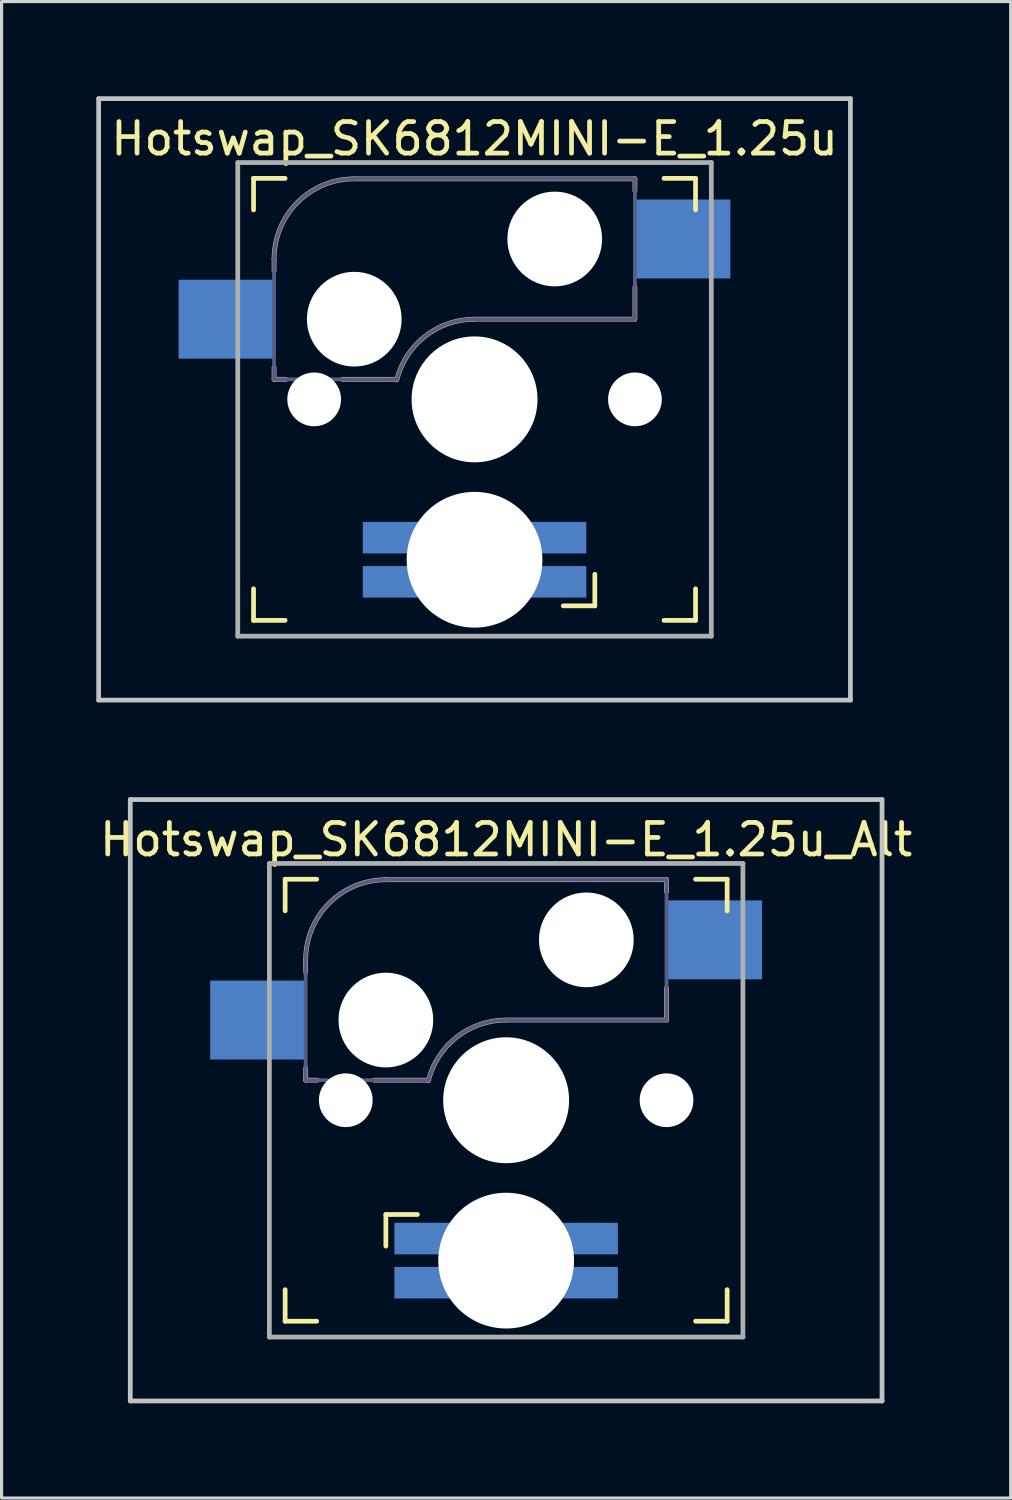
<source format=kicad_pcb>
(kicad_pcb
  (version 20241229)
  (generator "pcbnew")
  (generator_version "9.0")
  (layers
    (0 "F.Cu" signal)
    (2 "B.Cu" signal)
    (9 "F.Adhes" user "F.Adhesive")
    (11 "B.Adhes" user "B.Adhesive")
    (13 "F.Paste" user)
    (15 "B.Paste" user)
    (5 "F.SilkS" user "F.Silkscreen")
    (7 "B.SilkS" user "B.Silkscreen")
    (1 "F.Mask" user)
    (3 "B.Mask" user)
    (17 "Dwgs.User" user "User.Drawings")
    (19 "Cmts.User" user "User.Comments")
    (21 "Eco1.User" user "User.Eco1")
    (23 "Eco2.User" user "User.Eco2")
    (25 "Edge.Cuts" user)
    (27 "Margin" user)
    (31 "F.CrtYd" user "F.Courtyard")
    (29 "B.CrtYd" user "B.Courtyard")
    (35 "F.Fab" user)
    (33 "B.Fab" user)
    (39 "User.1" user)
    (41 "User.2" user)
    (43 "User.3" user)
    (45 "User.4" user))
  (footprint "Hotswap_SK6812MINI-E_1.25u_Alt"
    (layer "F.Cu")
    (at 12.982 31.8)
    (property "Reference" "Hotswap_SK6812MINI-E_1.25u_Alt" (at 0 -8.255 0) (layer "F.SilkS") (effects (font (size 1 1) (thickness 0.15))))
    (attr through_hole)
    (fp_line (start -7 -6) (end -7 -7) (stroke (width 0.15) (type solid)) (layer "F.SilkS"))
    (fp_line (start -7 7) (end -7 6) (stroke (width 0.15) (type solid)) (layer "F.SilkS"))
    (fp_line (start -7 7) (end -6 7) (stroke (width 0.15) (type solid)) (layer "F.SilkS"))
    (fp_line (start -6 -7) (end -7 -7) (stroke (width 0.15) (type solid)) (layer "F.SilkS"))
    (fp_line (start -3.81 4.62) (end -3.81 3.619) (stroke (width 0.15) (type solid)) (layer "F.SilkS"))
    (fp_line (start -2.81 3.619) (end -3.81 3.619) (stroke (width 0.15) (type solid)) (layer "F.SilkS"))
    (fp_line (start 6 7) (end 7 7) (stroke (width 0.15) (type solid)) (layer "F.SilkS"))
    (fp_line (start 7 -7) (end 6 -7) (stroke (width 0.15) (type solid)) (layer "F.SilkS"))
    (fp_line (start 7 -7) (end 7 -6) (stroke (width 0.15) (type solid)) (layer "F.SilkS"))
    (fp_line (start 7 6) (end 7 7) (stroke (width 0.15) (type solid)) (layer "F.SilkS"))
    (fp_line (start -6.35 -4.445) (end -6.35 -4.064) (stroke (width 0.15) (type solid)) (layer "B.SilkS"))
    (fp_line (start -6.35 -1.016) (end -6.35 -0.635) (stroke (width 0.15) (type solid)) (layer "B.SilkS"))
    (fp_line (start -6.35 -0.635) (end -5.969 -0.635) (stroke (width 0.15) (type solid)) (layer "B.SilkS"))
    (fp_line (start -4.191 -0.635) (end -2.54 -0.635) (stroke (width 0.15) (type solid)) (layer "B.SilkS"))
    (fp_line (start 0 -2.54) (end 5.08 -2.54) (stroke (width 0.15) (type solid)) (layer "B.SilkS"))
    (fp_line (start 5.08 -6.985) (end -3.81 -6.985) (stroke (width 0.15) (type solid)) (layer "B.SilkS"))
    (fp_line (start 5.08 -6.604) (end 5.08 -6.985) (stroke (width 0.15) (type solid)) (layer "B.SilkS"))
    (fp_line (start 5.08 -2.54) (end 5.08 -3.556) (stroke (width 0.15) (type solid)) (layer "B.SilkS"))
    (fp_arc (start -6.35 -4.445) (mid -5.606051 -6.241051) (end -3.81 -6.985) (stroke (width 0.15) (type solid)) (layer "B.SilkS"))
    (fp_arc (start -2.464162 -0.61604) (mid -1.563147 -2.002042) (end 0 -2.54) (stroke (width 0.15) (type solid)) (layer "B.SilkS"))
    (fp_line (start -11.906 -9.525) (end 11.906 -9.525) (stroke (width 0.15) (type solid)) (layer "Dwgs.User"))
    (fp_line (start -11.906 9.525) (end -11.906 -9.525) (stroke (width 0.15) (type solid)) (layer "Dwgs.User"))
    (fp_line (start -11.906 9.525) (end 11.906 9.525) (stroke (width 0.15) (type solid)) (layer "Dwgs.User"))
    (fp_line (start 11.906 -9.525) (end 11.906 9.525) (stroke (width 0.15) (type solid)) (layer "Dwgs.User"))
    (fp_line (start -6.9 6.9) (end -6.9 -6.9) (stroke (width 0.15) (type solid)) (layer "Eco2.User"))
    (fp_line (start -6.9 6.9) (end 6.9 6.9) (stroke (width 0.15) (type solid)) (layer "Eco2.User"))
    (fp_line (start 6.9 -6.9) (end -6.9 -6.9) (stroke (width 0.15) (type solid)) (layer "Eco2.User"))
    (fp_line (start 6.9 -6.9) (end 6.9 6.9) (stroke (width 0.15) (type solid)) (layer "Eco2.User"))
    (fp_line (start -6.35 -4.445) (end -6.35 -0.635) (stroke (width 0.12) (type solid)) (layer "B.Fab"))
    (fp_line (start -6.35 -0.635) (end -2.54 -0.635) (stroke (width 0.12) (type solid)) (layer "B.Fab"))
    (fp_line (start 0 -2.54) (end 5.08 -2.54) (stroke (width 0.12) (type solid)) (layer "B.Fab"))
    (fp_line (start 5.08 -6.985) (end -3.81 -6.985) (stroke (width 0.12) (type solid)) (layer "B.Fab"))
    (fp_line (start 5.08 -2.54) (end 5.08 -6.985) (stroke (width 0.12) (type solid)) (layer "B.Fab"))
    (fp_arc (start -6.35 -4.445) (mid -5.606051 -6.241051) (end -3.81 -6.985) (stroke (width 0.12) (type solid)) (layer "B.Fab"))
    (fp_arc (start -2.464162 -0.61604) (mid -1.563147 -2.002042) (end 0 -2.54) (stroke (width 0.12) (type solid)) (layer "B.Fab"))
    (fp_line (start -7.5 -7.5) (end 7.5 -7.5) (stroke (width 0.15) (type solid)) (layer "F.Fab"))
    (fp_line (start -7.5 7.5) (end -7.5 -7.5) (stroke (width 0.15) (type solid)) (layer "F.Fab"))
    (fp_line (start 7.5 -7.5) (end 7.5 7.5) (stroke (width 0.15) (type solid)) (layer "F.Fab"))
    (fp_line (start 7.5 7.5) (end -7.5 7.5) (stroke (width 0.15) (type solid)) (layer "F.Fab"))
    (pad "" np_thru_hole circle (at -5.08 0 180) (size 1.702 1.702) (drill 1.702) (layers "*.Cu" "*.Mask"))
    (pad "" np_thru_hole circle (at -3.81 -2.54 180) (size 3 3) (drill 3) (layers "*.Cu" "*.Mask"))
    (pad "" np_thru_hole circle (at 0 0 180) (size 3.988 3.988) (drill 3.988) (layers "*.Cu" "*.Mask"))
    (pad "" np_thru_hole circle (at 0 5.08 180) (size 4.3 4.3) (drill 4.3) (layers "*.Cu" "*.Mask"))
    (pad "" np_thru_hole circle (at 2.54 -5.08 180) (size 3 3) (drill 3) (layers "*.Cu" "*.Mask"))
    (pad "" np_thru_hole circle (at 5.08 0 180) (size 1.702 1.702) (drill 1.702) (layers "*.Cu" "*.Mask"))
    (pad "1" smd rect (at -7.874 -2.54 180) (size 3 2.5) (layers "B.Cu" "B.Mask"))
    (pad "2" smd rect (at 6.604 -5.08 180) (size 3 2.5) (layers "B.Cu" "B.Mask"))
    (pad "DIN" smd rect (at -2.54 5.779 270) (size 1 2) (layers "B.Cu" "B.Mask"))
    (pad "DOUT" smd rect (at 2.54 4.381 270) (size 1 2) (layers "B.Cu" "B.Mask"))
    (pad "GND" smd rect (at -2.54 4.381 270) (size 1 2) (layers "B.Cu" "B.Mask"))
    (pad "VDD" smd rect (at 2.54 5.779 270) (size 1 2) (layers "B.Cu" "B.Mask")))
  (footprint "Hotswap_SK6812MINI-E_1.25u"
    (layer "F.Cu")
    (at 11.981 9.6)
    (property "Reference" "Hotswap_SK6812MINI-E_1.25u" (at 0 -8.255 0) (layer "F.SilkS") (effects (font (size 1 1) (thickness 0.15))))
    (attr through_hole)
    (fp_line (start -7 -6) (end -7 -7) (stroke (width 0.15) (type solid)) (layer "F.SilkS"))
    (fp_line (start -7 7) (end -7 6) (stroke (width 0.15) (type solid)) (layer "F.SilkS"))
    (fp_line (start -7 7) (end -6 7) (stroke (width 0.15) (type solid)) (layer "F.SilkS"))
    (fp_line (start -6 -7) (end -7 -7) (stroke (width 0.15) (type solid)) (layer "F.SilkS"))
    (fp_line (start 2.81 6.54) (end 3.81 6.54) (stroke (width 0.15) (type solid)) (layer "F.SilkS"))
    (fp_line (start 3.81 5.54) (end 3.81 6.54) (stroke (width 0.15) (type solid)) (layer "F.SilkS"))
    (fp_line (start 6 7) (end 7 7) (stroke (width 0.15) (type solid)) (layer "F.SilkS"))
    (fp_line (start 7 -7) (end 6 -7) (stroke (width 0.15) (type solid)) (layer "F.SilkS"))
    (fp_line (start 7 -7) (end 7 -6) (stroke (width 0.15) (type solid)) (layer "F.SilkS"))
    (fp_line (start 7 6) (end 7 7) (stroke (width 0.15) (type solid)) (layer "F.SilkS"))
    (fp_line (start -6.35 -4.445) (end -6.35 -4.064) (stroke (width 0.15) (type solid)) (layer "B.SilkS"))
    (fp_line (start -6.35 -1.016) (end -6.35 -0.635) (stroke (width 0.15) (type solid)) (layer "B.SilkS"))
    (fp_line (start -6.35 -0.635) (end -5.969 -0.635) (stroke (width 0.15) (type solid)) (layer "B.SilkS"))
    (fp_line (start -4.191 -0.635) (end -2.54 -0.635) (stroke (width 0.15) (type solid)) (layer "B.SilkS"))
    (fp_line (start 0 -2.54) (end 5.08 -2.54) (stroke (width 0.15) (type solid)) (layer "B.SilkS"))
    (fp_line (start 5.08 -6.985) (end -3.81 -6.985) (stroke (width 0.15) (type solid)) (layer "B.SilkS"))
    (fp_line (start 5.08 -6.604) (end 5.08 -6.985) (stroke (width 0.15) (type solid)) (layer "B.SilkS"))
    (fp_line (start 5.08 -2.54) (end 5.08 -3.556) (stroke (width 0.15) (type solid)) (layer "B.SilkS"))
    (fp_arc (start -6.35 -4.445) (mid -5.606051 -6.241051) (end -3.81 -6.985) (stroke (width 0.15) (type solid)) (layer "B.SilkS"))
    (fp_arc (start -2.464162 -0.61604) (mid -1.563147 -2.002042) (end 0 -2.54) (stroke (width 0.15) (type solid)) (layer "B.SilkS"))
    (fp_line (start -11.906 -9.525) (end 11.906 -9.525) (stroke (width 0.15) (type solid)) (layer "Dwgs.User"))
    (fp_line (start -11.906 9.525) (end -11.906 -9.525) (stroke (width 0.15) (type solid)) (layer "Dwgs.User"))
    (fp_line (start -11.906 9.525) (end 11.906 9.525) (stroke (width 0.15) (type solid)) (layer "Dwgs.User"))
    (fp_line (start 11.906 -9.525) (end 11.906 9.525) (stroke (width 0.15) (type solid)) (layer "Dwgs.User"))
    (fp_line (start -6.9 6.9) (end -6.9 -6.9) (stroke (width 0.15) (type solid)) (layer "Eco2.User"))
    (fp_line (start -6.9 6.9) (end 6.9 6.9) (stroke (width 0.15) (type solid)) (layer "Eco2.User"))
    (fp_line (start 6.9 -6.9) (end -6.9 -6.9) (stroke (width 0.15) (type solid)) (layer "Eco2.User"))
    (fp_line (start 6.9 -6.9) (end 6.9 6.9) (stroke (width 0.15) (type solid)) (layer "Eco2.User"))
    (fp_line (start -6.35 -4.445) (end -6.35 -0.635) (stroke (width 0.12) (type solid)) (layer "B.Fab"))
    (fp_line (start -6.35 -0.635) (end -2.54 -0.635) (stroke (width 0.12) (type solid)) (layer "B.Fab"))
    (fp_line (start 0 -2.54) (end 5.08 -2.54) (stroke (width 0.12) (type solid)) (layer "B.Fab"))
    (fp_line (start 5.08 -6.985) (end -3.81 -6.985) (stroke (width 0.12) (type solid)) (layer "B.Fab"))
    (fp_line (start 5.08 -2.54) (end 5.08 -6.985) (stroke (width 0.12) (type solid)) (layer "B.Fab"))
    (fp_arc (start -6.35 -4.445) (mid -5.606051 -6.241051) (end -3.81 -6.985) (stroke (width 0.12) (type solid)) (layer "B.Fab"))
    (fp_arc (start -2.464162 -0.61604) (mid -1.563147 -2.002042) (end 0 -2.54) (stroke (width 0.12) (type solid)) (layer "B.Fab"))
    (fp_line (start -7.5 -7.5) (end 7.5 -7.5) (stroke (width 0.15) (type solid)) (layer "F.Fab"))
    (fp_line (start -7.5 7.5) (end -7.5 -7.5) (stroke (width 0.15) (type solid)) (layer "F.Fab"))
    (fp_line (start 7.5 -7.5) (end 7.5 7.5) (stroke (width 0.15) (type solid)) (layer "F.Fab"))
    (fp_line (start 7.5 7.5) (end -7.5 7.5) (stroke (width 0.15) (type solid)) (layer "F.Fab"))
    (pad "" np_thru_hole circle (at -5.08 0 180) (size 1.702 1.702) (drill 1.702) (layers "*.Cu" "*.Mask"))
    (pad "" np_thru_hole circle (at -3.81 -2.54 180) (size 3 3) (drill 3) (layers "*.Cu" "*.Mask"))
    (pad "" np_thru_hole circle (at 0 0 180) (size 3.988 3.988) (drill 3.988) (layers "*.Cu" "*.Mask"))
    (pad "" np_thru_hole circle (at 0 5.08 180) (size 4.3 4.3) (drill 4.3) (layers "*.Cu" "*.Mask"))
    (pad "" np_thru_hole circle (at 2.54 -5.08 180) (size 3 3) (drill 3) (layers "*.Cu" "*.Mask"))
    (pad "" np_thru_hole circle (at 5.08 0 180) (size 1.702 1.702) (drill 1.702) (layers "*.Cu" "*.Mask"))
    (pad "1" smd rect (at -7.874 -2.54 180) (size 3 2.5) (layers "B.Cu" "B.Mask"))
    (pad "2" smd rect (at 6.604 -5.08 180) (size 3 2.5) (layers "B.Cu" "B.Mask"))
    (pad "DIN" smd rect (at 2.54 4.381 270) (size 1 2) (layers "B.Cu" "B.Mask"))
    (pad "DOUT" smd rect (at -2.54 5.779 270) (size 1 2) (layers "B.Cu" "B.Mask"))
    (pad "GND" smd rect (at 2.54 5.779 270) (size 1 2) (layers "B.Cu" "B.Mask"))
    (pad "VDD" smd rect (at -2.54 4.381 270) (size 1 2) (layers "B.Cu" "B.Mask")))
  (gr_rect
    (start -3 -3)
    (end 28.964 44.4)
    (stroke (width 0.1) (type default))
    (fill no)
    (layer "Edge.Cuts")))
</source>
